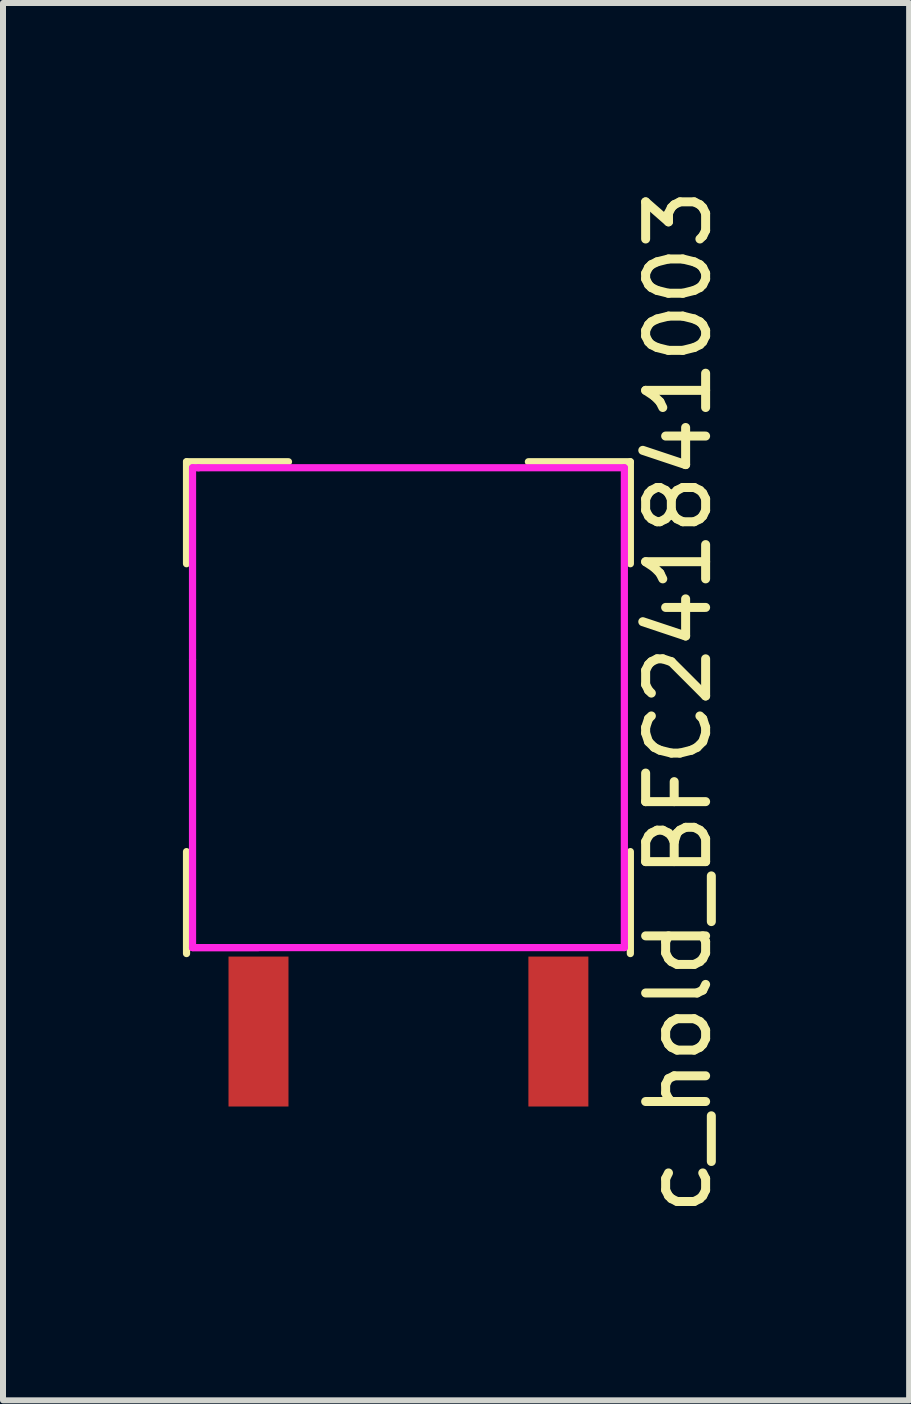
<source format=kicad_pcb>
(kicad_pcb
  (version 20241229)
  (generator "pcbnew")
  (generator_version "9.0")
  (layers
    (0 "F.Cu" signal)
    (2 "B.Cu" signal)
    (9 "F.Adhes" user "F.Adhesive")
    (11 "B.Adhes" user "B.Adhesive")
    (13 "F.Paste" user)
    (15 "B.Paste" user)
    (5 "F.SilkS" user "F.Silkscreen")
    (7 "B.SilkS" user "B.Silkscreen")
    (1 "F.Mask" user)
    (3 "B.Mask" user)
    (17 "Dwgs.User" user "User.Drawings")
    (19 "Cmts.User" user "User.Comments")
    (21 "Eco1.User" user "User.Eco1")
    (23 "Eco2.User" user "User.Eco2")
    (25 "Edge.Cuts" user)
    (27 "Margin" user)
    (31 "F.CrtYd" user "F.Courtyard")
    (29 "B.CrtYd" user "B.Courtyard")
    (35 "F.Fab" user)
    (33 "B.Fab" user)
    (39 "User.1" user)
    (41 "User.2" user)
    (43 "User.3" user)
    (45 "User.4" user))
  (footprint "c_hold_BFC241841003"
    (layer "F.Cu")
    (at 1.26 14.149)
    (property "Reference" "c_hold_BFC241841003" (at 7 -5.5 90) (layer "F.SilkS") (effects (font (size 1 1) (thickness 0.15))))
    (attr through_hole)
    (fp_line (start -1.2 -9.5) (end -1.2 -7.8) (stroke (width 0.12) (type solid)) (layer "F.SilkS"))
    (fp_line (start -1.2 -9.5) (end 0.5 -9.5) (stroke (width 0.12) (type solid)) (layer "F.SilkS"))
    (fp_line (start -1.2 -1.3) (end -1.2 -3) (stroke (width 0.12) (type solid)) (layer "F.SilkS"))
    (fp_line (start 6.2 -9.5) (end 4.5 -9.5) (stroke (width 0.12) (type solid)) (layer "F.SilkS"))
    (fp_line (start 6.2 -9.5) (end 6.2 -7.8) (stroke (width 0.12) (type solid)) (layer "F.SilkS"))
    (fp_line (start 6.2 -1.3) (end 6.2 -3) (stroke (width 0.12) (type solid)) (layer "F.SilkS"))
    (fp_line (start -1.1 -9.4) (end -1.1 -6.2) (stroke (width 0.12) (type solid)) (layer "F.CrtYd"))
    (fp_line (start -1.1 -6.2) (end -1.1 -1.4) (stroke (width 0.12) (type solid)) (layer "F.CrtYd"))
    (fp_line (start -1.1 -1.4) (end 6.1 -1.4) (stroke (width 0.12) (type solid)) (layer "F.CrtYd"))
    (fp_line (start -1 -9.4) (end -1.1 -9.4) (stroke (width 0.12) (type solid)) (layer "F.CrtYd"))
    (fp_line (start 0 -1.4) (end -1.1 -1.4) (stroke (width 0.12) (type solid)) (layer "F.CrtYd"))
    (fp_line (start 6.1 -9.4) (end -1 -9.4) (stroke (width 0.12) (type solid)) (layer "F.CrtYd"))
    (fp_line (start 6.1 -1.4) (end 6.1 -9.4) (stroke (width 0.12) (type solid)) (layer "F.CrtYd"))
    (pad "1" smd rect (at 0 0) (size 1 2.5) (layers "F.Cu" "F.Mask"))
    (pad "2" smd rect (at 5 0) (size 1 2.5) (layers "F.Cu" "F.Mask")))
  (gr_rect
    (start -3 -3)
    (end 12.108 20.298)
    (stroke (width 0.1) (type default))
    (fill no)
    (layer "Edge.Cuts")))
</source>
